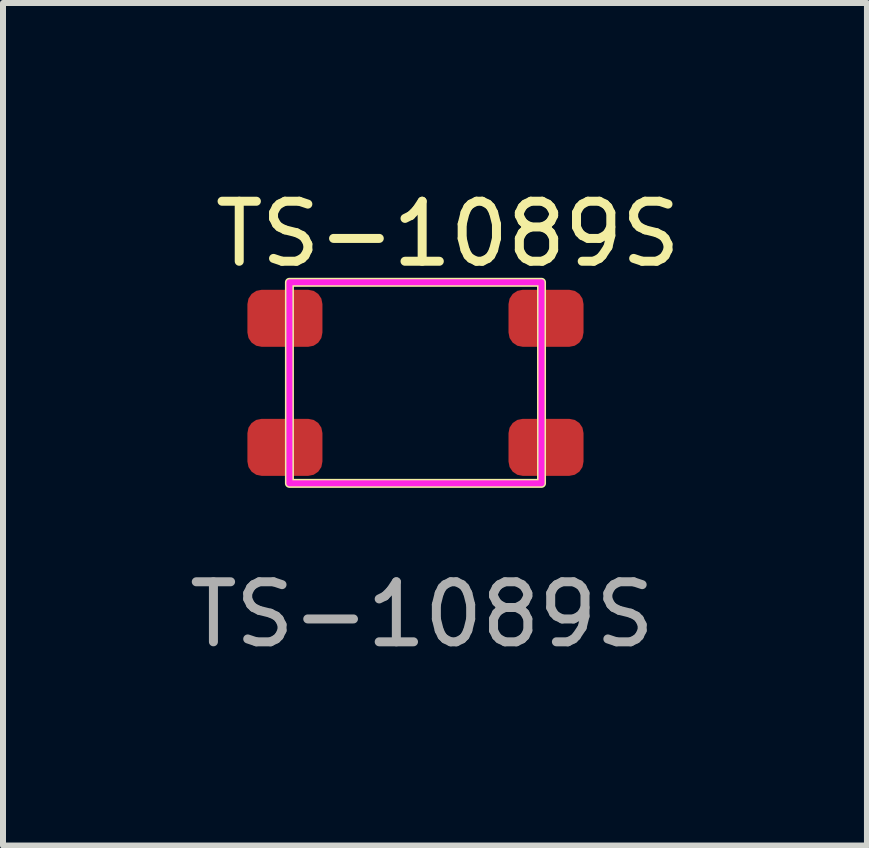
<source format=kicad_pcb>
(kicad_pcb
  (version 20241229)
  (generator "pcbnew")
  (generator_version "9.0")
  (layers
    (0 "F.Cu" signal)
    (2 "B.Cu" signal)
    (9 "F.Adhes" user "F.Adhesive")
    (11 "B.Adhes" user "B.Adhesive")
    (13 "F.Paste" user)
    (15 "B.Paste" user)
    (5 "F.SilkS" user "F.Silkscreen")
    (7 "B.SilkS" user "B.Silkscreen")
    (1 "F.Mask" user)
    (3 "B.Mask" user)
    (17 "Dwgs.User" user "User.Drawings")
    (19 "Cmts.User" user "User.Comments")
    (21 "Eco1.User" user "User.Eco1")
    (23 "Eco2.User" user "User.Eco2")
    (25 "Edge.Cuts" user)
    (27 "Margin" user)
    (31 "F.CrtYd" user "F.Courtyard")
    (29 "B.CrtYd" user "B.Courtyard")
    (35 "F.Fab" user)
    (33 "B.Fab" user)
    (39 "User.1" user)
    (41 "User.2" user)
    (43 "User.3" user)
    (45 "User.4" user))
  (footprint "TS-1089S"
    (layer "F.Cu")
    (at 3.872 3.328)
    (property "Reference" "TS-1089S" (at 0.54 -2.48 0) (unlocked yes) (layer "F.SilkS") (effects (font (size 1 1) (thickness 0.15))))
    (attr smd)
    (fp_rect (start -2.1 -1.675) (end 2.1 1.675) (stroke (width 0.15) (type default)) (fill no) (layer "F.SilkS"))
    (fp_rect (start -2.1 -1.675) (end 2.1 1.675) (stroke (width 0.1) (type default)) (fill no) (layer "F.CrtYd"))
    (fp_text user "${REFERENCE}" (at 0.11 3.86 0) (unlocked yes) (layer "F.Fab") (effects (font (size 1 1) (thickness 0.15))))
    (pad "1" smd roundrect (at -2.175 -1.075) (size 1.25 0.95) (layers "F.Cu" "F.Mask" "F.Paste") (roundrect_rratio 0.25))
    (pad "1" smd roundrect (at 2.175 -1.075) (size 1.25 0.95) (layers "F.Cu" "F.Mask" "F.Paste") (roundrect_rratio 0.25))
    (pad "2" smd roundrect (at -2.175 1.075) (size 1.25 0.95) (layers "F.Cu" "F.Mask" "F.Paste") (roundrect_rratio 0.25))
    (pad "2" smd roundrect (at 2.175 1.075) (size 1.25 0.95) (layers "F.Cu" "F.Mask" "F.Paste") (roundrect_rratio 0.25)))
  (gr_rect
    (start -3 -3)
    (end 11.394 11.037)
    (stroke (width 0.1) (type default))
    (fill no)
    (layer "Edge.Cuts")))
</source>
